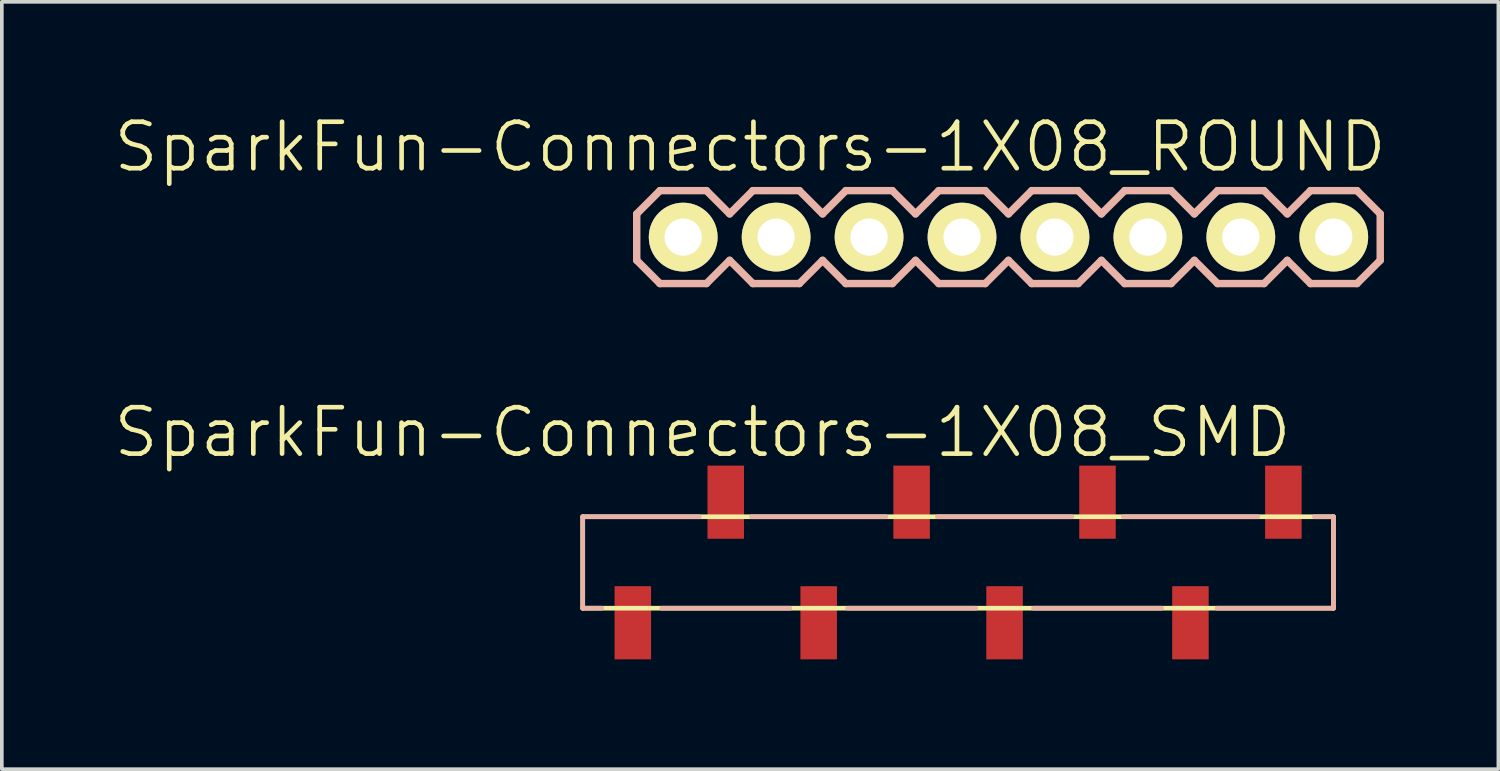
<source format=kicad_pcb>
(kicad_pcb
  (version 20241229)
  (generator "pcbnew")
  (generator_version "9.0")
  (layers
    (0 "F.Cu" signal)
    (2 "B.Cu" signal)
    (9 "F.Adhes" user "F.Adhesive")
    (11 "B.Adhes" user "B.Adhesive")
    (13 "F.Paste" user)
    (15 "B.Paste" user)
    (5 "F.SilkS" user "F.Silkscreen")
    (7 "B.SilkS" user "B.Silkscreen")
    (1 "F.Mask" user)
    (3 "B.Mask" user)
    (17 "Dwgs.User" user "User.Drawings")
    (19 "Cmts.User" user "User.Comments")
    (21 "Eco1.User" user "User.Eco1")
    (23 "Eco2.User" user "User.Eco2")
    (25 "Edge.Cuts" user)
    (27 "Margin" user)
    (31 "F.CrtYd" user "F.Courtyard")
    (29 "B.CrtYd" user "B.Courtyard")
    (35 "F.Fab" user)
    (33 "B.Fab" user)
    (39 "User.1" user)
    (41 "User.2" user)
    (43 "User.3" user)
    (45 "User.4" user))
  (footprint "SparkFun-Connectors-1X08_SMD"
    (layer "F.Cu")
    (at 32.025 12.323)
    (property "Reference" "SparkFun-Connectors-1X08_SMD" (at -15.875 -3.556 0) (layer "F.SilkS") (effects (font (size 1.27 1.27) (thickness 0.127))))
    (attr smd)
    (fp_line (start -19.149 -1.25) (end -19.149 1.25) (stroke (width 0.127) (type solid)) (layer "F.SilkS"))
    (fp_line (start -19.149 1.25) (end 1.369 1.25) (stroke (width 0.127) (type solid)) (layer "F.SilkS"))
    (fp_line (start 1.369 -1.25) (end -19.149 -1.25) (stroke (width 0.127) (type solid)) (layer "F.SilkS"))
    (fp_line (start 1.369 1.25) (end 1.369 -1.25) (stroke (width 0.127) (type solid)) (layer "F.SilkS"))
    (fp_line (start -19.149 -1.25) (end -15.961 -1.25) (stroke (width 0.127) (type solid)) (layer "B.SilkS"))
    (fp_line (start -19.149 1.25) (end -19.149 -1.25) (stroke (width 0.127) (type solid)) (layer "B.SilkS"))
    (fp_line (start -18.628 1.25) (end -19.149 1.25) (stroke (width 0.127) (type solid)) (layer "B.SilkS"))
    (fp_line (start -14.536 -1.25) (end -10.861 -1.25) (stroke (width 0.127) (type solid)) (layer "B.SilkS"))
    (fp_line (start -13.487 1.25) (end -16.99 1.25) (stroke (width 0.127) (type solid)) (layer "B.SilkS"))
    (fp_line (start -9.456 -1.25) (end -5.781 -1.25) (stroke (width 0.127) (type solid)) (layer "B.SilkS"))
    (fp_line (start -8.407 1.25) (end -11.91 1.25) (stroke (width 0.127) (type solid)) (layer "B.SilkS"))
    (fp_line (start -4.376 -1.25) (end -0.701 -1.25) (stroke (width 0.127) (type solid)) (layer "B.SilkS"))
    (fp_line (start -3.327 1.25) (end -6.83 1.25) (stroke (width 0.127) (type solid)) (layer "B.SilkS"))
    (fp_line (start 0.848 -1.25) (end 1.369 -1.25) (stroke (width 0.127) (type solid)) (layer "B.SilkS"))
    (fp_line (start 1.369 -1.25) (end 1.369 1.25) (stroke (width 0.127) (type solid)) (layer "B.SilkS"))
    (fp_line (start 1.369 1.25) (end -1.816 1.25) (stroke (width 0.127) (type solid)) (layer "B.SilkS"))
    (pad "1" smd rect (at 0 -1.648 90) (size 1.999 0.998) (layers "F.Cu" "F.Mask" "F.Paste"))
    (pad "2" smd rect (at -2.54 1.648 90) (size 1.999 0.998) (layers "F.Cu" "F.Mask" "F.Paste"))
    (pad "3" smd rect (at -5.08 -1.648 90) (size 1.999 0.998) (layers "F.Cu" "F.Mask" "F.Paste"))
    (pad "4" smd rect (at -7.62 1.648 90) (size 1.999 0.998) (layers "F.Cu" "F.Mask" "F.Paste"))
    (pad "5" smd rect (at -10.16 -1.648 90) (size 1.999 0.998) (layers "F.Cu" "F.Mask" "F.Paste"))
    (pad "6" smd rect (at -12.7 1.648 90) (size 1.999 0.998) (layers "F.Cu" "F.Mask" "F.Paste"))
    (pad "7" smd rect (at -15.24 -1.648 90) (size 1.999 0.998) (layers "F.Cu" "F.Mask" "F.Paste"))
    (pad "8" smd rect (at -17.78 1.648 90) (size 1.999 0.998) (layers "F.Cu" "F.Mask" "F.Paste")))
  (footprint "SparkFun-Connectors-1X08_ROUND"
    (layer "F.Cu")
    (at 15.622 3.43)
    (property "Reference" "SparkFun-Connectors-1X08_ROUND" (at 1.829 -2.464 0) (layer "F.SilkS") (effects (font (size 1.27 1.27) (thickness 0.127))))
    (attr exclude_from_pos_files exclude_from_bom)
    (fp_line (start -0.254 -0.254) (end 0.254 -0.254) (stroke (width 0.066) (type solid)) (layer "F.SilkS"))
    (fp_line (start -0.254 0.254) (end -0.254 -0.254) (stroke (width 0.066) (type solid)) (layer "F.SilkS"))
    (fp_line (start -0.254 0.254) (end 0.254 0.254) (stroke (width 0.066) (type solid)) (layer "F.SilkS"))
    (fp_line (start 0.254 0.254) (end 0.254 -0.254) (stroke (width 0.066) (type solid)) (layer "F.SilkS"))
    (fp_line (start 2.286 -0.254) (end 2.794 -0.254) (stroke (width 0.066) (type solid)) (layer "F.SilkS"))
    (fp_line (start 2.286 0.254) (end 2.286 -0.254) (stroke (width 0.066) (type solid)) (layer "F.SilkS"))
    (fp_line (start 2.286 0.254) (end 2.794 0.254) (stroke (width 0.066) (type solid)) (layer "F.SilkS"))
    (fp_line (start 2.794 0.254) (end 2.794 -0.254) (stroke (width 0.066) (type solid)) (layer "F.SilkS"))
    (fp_line (start 4.826 -0.254) (end 5.334 -0.254) (stroke (width 0.066) (type solid)) (layer "F.SilkS"))
    (fp_line (start 4.826 0.254) (end 4.826 -0.254) (stroke (width 0.066) (type solid)) (layer "F.SilkS"))
    (fp_line (start 4.826 0.254) (end 5.334 0.254) (stroke (width 0.066) (type solid)) (layer "F.SilkS"))
    (fp_line (start 5.334 0.254) (end 5.334 -0.254) (stroke (width 0.066) (type solid)) (layer "F.SilkS"))
    (fp_line (start 7.366 -0.254) (end 7.874 -0.254) (stroke (width 0.066) (type solid)) (layer "F.SilkS"))
    (fp_line (start 7.366 0.254) (end 7.366 -0.254) (stroke (width 0.066) (type solid)) (layer "F.SilkS"))
    (fp_line (start 7.366 0.254) (end 7.874 0.254) (stroke (width 0.066) (type solid)) (layer "F.SilkS"))
    (fp_line (start 7.874 0.254) (end 7.874 -0.254) (stroke (width 0.066) (type solid)) (layer "F.SilkS"))
    (fp_line (start 9.906 -0.254) (end 10.414 -0.254) (stroke (width 0.066) (type solid)) (layer "F.SilkS"))
    (fp_line (start 9.906 0.254) (end 9.906 -0.254) (stroke (width 0.066) (type solid)) (layer "F.SilkS"))
    (fp_line (start 9.906 0.254) (end 10.414 0.254) (stroke (width 0.066) (type solid)) (layer "F.SilkS"))
    (fp_line (start 10.414 0.254) (end 10.414 -0.254) (stroke (width 0.066) (type solid)) (layer "F.SilkS"))
    (fp_line (start 12.446 -0.254) (end 12.954 -0.254) (stroke (width 0.066) (type solid)) (layer "F.SilkS"))
    (fp_line (start 12.446 0.254) (end 12.446 -0.254) (stroke (width 0.066) (type solid)) (layer "F.SilkS"))
    (fp_line (start 12.446 0.254) (end 12.954 0.254) (stroke (width 0.066) (type solid)) (layer "F.SilkS"))
    (fp_line (start 12.954 0.254) (end 12.954 -0.254) (stroke (width 0.066) (type solid)) (layer "F.SilkS"))
    (fp_line (start 14.986 -0.254) (end 15.494 -0.254) (stroke (width 0.066) (type solid)) (layer "F.SilkS"))
    (fp_line (start 14.986 0.254) (end 14.986 -0.254) (stroke (width 0.066) (type solid)) (layer "F.SilkS"))
    (fp_line (start 14.986 0.254) (end 15.494 0.254) (stroke (width 0.066) (type solid)) (layer "F.SilkS"))
    (fp_line (start 15.494 0.254) (end 15.494 -0.254) (stroke (width 0.066) (type solid)) (layer "F.SilkS"))
    (fp_line (start 17.523 -0.254) (end 18.034 -0.254) (stroke (width 0.066) (type solid)) (layer "F.SilkS"))
    (fp_line (start 17.523 0.254) (end 17.523 -0.254) (stroke (width 0.066) (type solid)) (layer "F.SilkS"))
    (fp_line (start 17.523 0.254) (end 18.034 0.254) (stroke (width 0.066) (type solid)) (layer "F.SilkS"))
    (fp_line (start 18.034 0.254) (end 18.034 -0.254) (stroke (width 0.066) (type solid)) (layer "F.SilkS"))
    (fp_line (start -1.27 -0.635) (end -1.27 0.635) (stroke (width 0.203) (type solid)) (layer "B.SilkS"))
    (fp_line (start -1.27 0.635) (end -0.635 1.27) (stroke (width 0.203) (type solid)) (layer "B.SilkS"))
    (fp_line (start -0.635 -1.27) (end -1.27 -0.635) (stroke (width 0.203) (type solid)) (layer "B.SilkS"))
    (fp_line (start -0.635 -1.27) (end 0.635 -1.27) (stroke (width 0.203) (type solid)) (layer "B.SilkS"))
    (fp_line (start 0.635 -1.27) (end 1.27 -0.635) (stroke (width 0.203) (type solid)) (layer "B.SilkS"))
    (fp_line (start 0.635 1.27) (end -0.635 1.27) (stroke (width 0.203) (type solid)) (layer "B.SilkS"))
    (fp_line (start 1.27 -0.635) (end 1.905 -1.27) (stroke (width 0.203) (type solid)) (layer "B.SilkS"))
    (fp_line (start 1.27 0.635) (end 0.635 1.27) (stroke (width 0.203) (type solid)) (layer "B.SilkS"))
    (fp_line (start 1.905 -1.27) (end 3.175 -1.27) (stroke (width 0.203) (type solid)) (layer "B.SilkS"))
    (fp_line (start 1.905 1.27) (end 1.27 0.635) (stroke (width 0.203) (type solid)) (layer "B.SilkS"))
    (fp_line (start 3.175 -1.27) (end 3.81 -0.635) (stroke (width 0.203) (type solid)) (layer "B.SilkS"))
    (fp_line (start 3.175 1.27) (end 1.905 1.27) (stroke (width 0.203) (type solid)) (layer "B.SilkS"))
    (fp_line (start 3.81 -0.635) (end 4.445 -1.27) (stroke (width 0.203) (type solid)) (layer "B.SilkS"))
    (fp_line (start 3.81 0.635) (end 3.175 1.27) (stroke (width 0.203) (type solid)) (layer "B.SilkS"))
    (fp_line (start 4.445 -1.27) (end 5.715 -1.27) (stroke (width 0.203) (type solid)) (layer "B.SilkS"))
    (fp_line (start 4.445 1.27) (end 3.81 0.635) (stroke (width 0.203) (type solid)) (layer "B.SilkS"))
    (fp_line (start 5.715 -1.27) (end 6.35 -0.635) (stroke (width 0.203) (type solid)) (layer "B.SilkS"))
    (fp_line (start 5.715 1.27) (end 4.445 1.27) (stroke (width 0.203) (type solid)) (layer "B.SilkS"))
    (fp_line (start 6.35 0.635) (end 5.715 1.27) (stroke (width 0.203) (type solid)) (layer "B.SilkS"))
    (fp_line (start 6.35 0.635) (end 6.985 1.27) (stroke (width 0.203) (type solid)) (layer "B.SilkS"))
    (fp_line (start 6.985 -1.27) (end 6.35 -0.635) (stroke (width 0.203) (type solid)) (layer "B.SilkS"))
    (fp_line (start 6.985 -1.27) (end 8.255 -1.27) (stroke (width 0.203) (type solid)) (layer "B.SilkS"))
    (fp_line (start 8.255 -1.27) (end 8.89 -0.635) (stroke (width 0.203) (type solid)) (layer "B.SilkS"))
    (fp_line (start 8.255 1.27) (end 6.985 1.27) (stroke (width 0.203) (type solid)) (layer "B.SilkS"))
    (fp_line (start 8.89 -0.635) (end 9.525 -1.27) (stroke (width 0.203) (type solid)) (layer "B.SilkS"))
    (fp_line (start 8.89 0.635) (end 8.255 1.27) (stroke (width 0.203) (type solid)) (layer "B.SilkS"))
    (fp_line (start 9.525 -1.27) (end 10.795 -1.27) (stroke (width 0.203) (type solid)) (layer "B.SilkS"))
    (fp_line (start 9.525 1.27) (end 8.89 0.635) (stroke (width 0.203) (type solid)) (layer "B.SilkS"))
    (fp_line (start 10.795 -1.27) (end 11.43 -0.635) (stroke (width 0.203) (type solid)) (layer "B.SilkS"))
    (fp_line (start 10.795 1.27) (end 9.525 1.27) (stroke (width 0.203) (type solid)) (layer "B.SilkS"))
    (fp_line (start 11.43 -0.635) (end 12.065 -1.27) (stroke (width 0.203) (type solid)) (layer "B.SilkS"))
    (fp_line (start 11.43 0.635) (end 10.795 1.27) (stroke (width 0.203) (type solid)) (layer "B.SilkS"))
    (fp_line (start 12.065 -1.27) (end 13.335 -1.27) (stroke (width 0.203) (type solid)) (layer "B.SilkS"))
    (fp_line (start 12.065 1.27) (end 11.43 0.635) (stroke (width 0.203) (type solid)) (layer "B.SilkS"))
    (fp_line (start 13.335 -1.27) (end 13.97 -0.635) (stroke (width 0.203) (type solid)) (layer "B.SilkS"))
    (fp_line (start 13.335 1.27) (end 12.065 1.27) (stroke (width 0.203) (type solid)) (layer "B.SilkS"))
    (fp_line (start 13.97 0.635) (end 13.335 1.27) (stroke (width 0.203) (type solid)) (layer "B.SilkS"))
    (fp_line (start 13.97 0.635) (end 14.605 1.27) (stroke (width 0.203) (type solid)) (layer "B.SilkS"))
    (fp_line (start 14.605 -1.27) (end 13.97 -0.635) (stroke (width 0.203) (type solid)) (layer "B.SilkS"))
    (fp_line (start 14.605 -1.27) (end 15.875 -1.27) (stroke (width 0.203) (type solid)) (layer "B.SilkS"))
    (fp_line (start 15.875 -1.27) (end 16.51 -0.635) (stroke (width 0.203) (type solid)) (layer "B.SilkS"))
    (fp_line (start 15.875 1.27) (end 14.605 1.27) (stroke (width 0.203) (type solid)) (layer "B.SilkS"))
    (fp_line (start 16.51 0.635) (end 15.875 1.27) (stroke (width 0.203) (type solid)) (layer "B.SilkS"))
    (fp_line (start 16.51 0.635) (end 17.145 1.27) (stroke (width 0.203) (type solid)) (layer "B.SilkS"))
    (fp_line (start 17.145 -1.27) (end 16.51 -0.635) (stroke (width 0.203) (type solid)) (layer "B.SilkS"))
    (fp_line (start 17.145 -1.27) (end 18.415 -1.27) (stroke (width 0.203) (type solid)) (layer "B.SilkS"))
    (fp_line (start 18.415 -1.27) (end 19.05 -0.635) (stroke (width 0.203) (type solid)) (layer "B.SilkS"))
    (fp_line (start 18.415 1.27) (end 17.145 1.27) (stroke (width 0.203) (type solid)) (layer "B.SilkS"))
    (fp_line (start 19.05 -0.635) (end 19.05 0.635) (stroke (width 0.203) (type solid)) (layer "B.SilkS"))
    (fp_line (start 19.05 0.635) (end 18.415 1.27) (stroke (width 0.203) (type solid)) (layer "B.SilkS"))
    (pad "1" thru_hole circle (at 0 0) (size 1.88 1.88) (drill 1.016) (layers "*.Cu" "F.Mask" "F.SilkS" "F.Paste"))
    (pad "2" thru_hole circle (at 2.54 0) (size 1.88 1.88) (drill 1.016) (layers "*.Cu" "F.Mask" "F.SilkS" "F.Paste"))
    (pad "3" thru_hole circle (at 5.08 0) (size 1.88 1.88) (drill 1.016) (layers "*.Cu" "F.Mask" "F.SilkS" "F.Paste"))
    (pad "4" thru_hole circle (at 7.62 0) (size 1.88 1.88) (drill 1.016) (layers "*.Cu" "F.Mask" "F.SilkS" "F.Paste"))
    (pad "5" thru_hole circle (at 10.16 0) (size 1.88 1.88) (drill 1.016) (layers "*.Cu" "F.Mask" "F.SilkS" "F.Paste"))
    (pad "6" thru_hole circle (at 12.7 0) (size 1.88 1.88) (drill 1.016) (layers "*.Cu" "F.Mask" "F.SilkS" "F.Paste"))
    (pad "7" thru_hole circle (at 15.24 0) (size 1.88 1.88) (drill 1.016) (layers "*.Cu" "F.Mask" "F.SilkS" "F.Paste"))
    (pad "8" thru_hole circle (at 17.78 0) (size 1.88 1.88) (drill 1.016) (layers "*.Cu" "F.Mask" "F.SilkS" "F.Paste")))
  (gr_rect
    (start -3 -3)
    (end 37.901 17.971)
    (stroke (width 0.1) (type default))
    (fill no)
    (layer "Edge.Cuts")))
</source>
